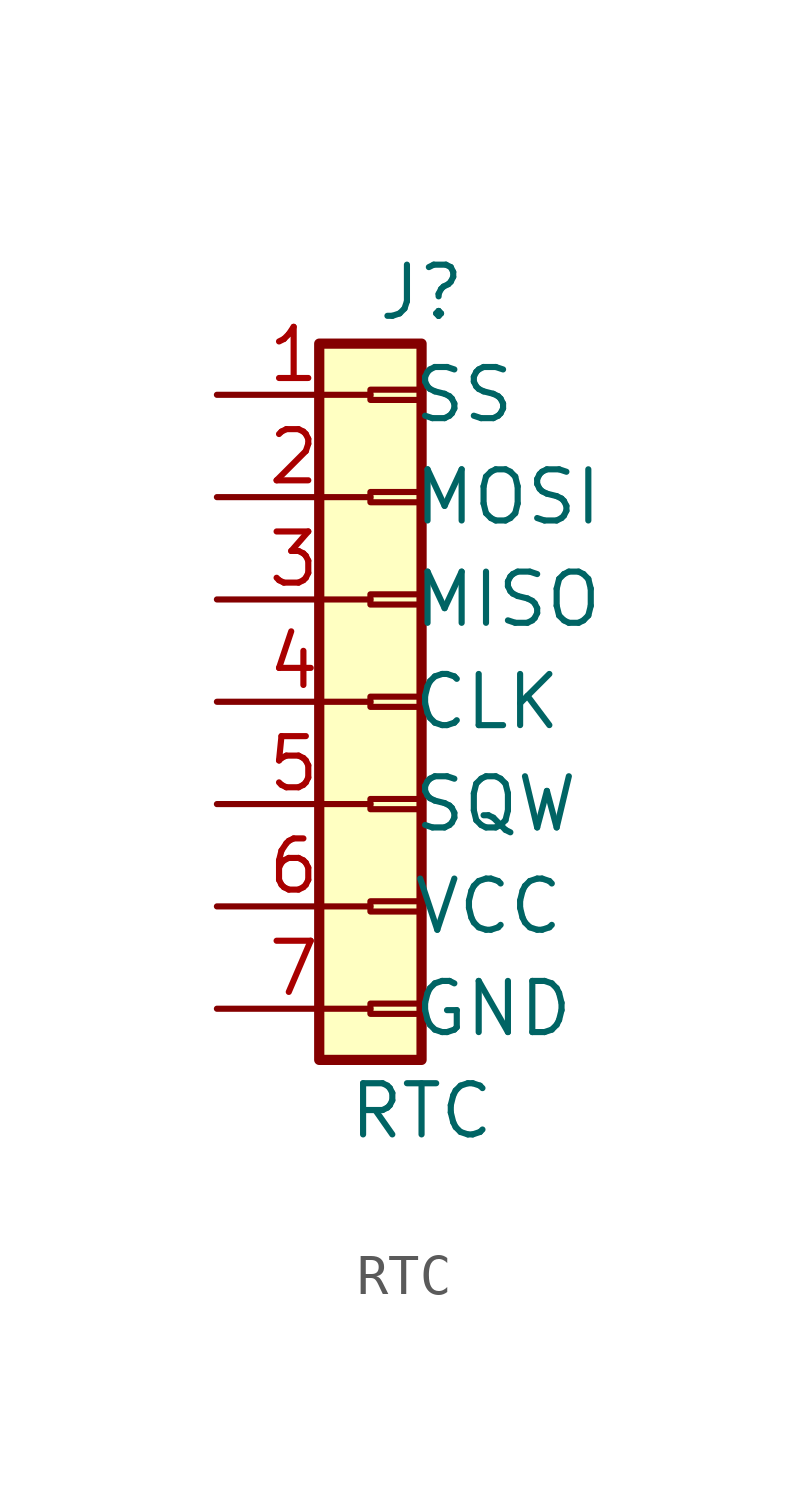
<source format=kicad_sym>
(kicad_symbol_lib
  (version 20211014)
  (generator kicad_symbol_editor)
  (symbol "RTC"
    (pin_names
      (offset 1.016))
    (property "Reference" "J"
      (at 0 10.16 0)
      (effects (font (size 1.27 1.27))))
    (property "Value" "RTC"
      (at 0 -10.16 0)
      (effects (font (size 1.27 1.27))))
    (symbol "RTC_1_1"
      (rectangle (start -2.54 8.89) (end 0 -8.89) (stroke (width 0.254) (type default) (color 0 0 0 0)) (fill (type background)))
      (rectangle (start -1.27 -7.493) (end 0 -7.747) (stroke (width 0.152) (type default) (color 0 0 0 0)) (fill (type none)))
      (rectangle (start -1.27 -4.953) (end 0 -5.207) (stroke (width 0.152) (type default) (color 0 0 0 0)) (fill (type none)))
      (rectangle (start -1.27 -2.413) (end 0 -2.667) (stroke (width 0.152) (type default) (color 0 0 0 0)) (fill (type none)))
      (rectangle (start -1.27 0.127) (end 0 -0.127) (stroke (width 0.152) (type default) (color 0 0 0 0)) (fill (type none)))
      (rectangle (start -1.27 2.667) (end 0 2.413) (stroke (width 0.152) (type default) (color 0 0 0 0)) (fill (type none)))
      (rectangle (start -1.27 5.207) (end 0 4.953) (stroke (width 0.152) (type default) (color 0 0 0 0)) (fill (type none)))
      (rectangle (start -1.27 7.747) (end 0 7.493) (stroke (width 0.152) (type default) (color 0 0 0 0)) (fill (type none)))
      (pin passive line (at -5.08 7.62 0) (length 3.81) (name "SS" (effects (font (size 1.27 1.27)))) (number "1" (effects (font (size 1.27 1.27)))))
      (pin passive line (at -5.08 5.08 0) (length 3.81) (name "MOSI" (effects (font (size 1.27 1.27)))) (number "2" (effects (font (size 1.27 1.27)))))
      (pin passive line (at -5.08 2.54 0) (length 3.81) (name "MISO" (effects (font (size 1.27 1.27)))) (number "3" (effects (font (size 1.27 1.27)))))
      (pin passive line (at -5.08 0 0) (length 3.81) (name "CLK" (effects (font (size 1.27 1.27)))) (number "4" (effects (font (size 1.27 1.27)))))
      (pin passive line (at -5.08 -2.54 0) (length 3.81) (name "SQW" (effects (font (size 1.27 1.27)))) (number "5" (effects (font (size 1.27 1.27)))))
      (pin passive line (at -5.08 -5.08 0) (length 3.81) (name "VCC" (effects (font (size 1.27 1.27)))) (number "6" (effects (font (size 1.27 1.27)))))
      (pin passive line (at -5.08 -7.62 0) (length 3.81) (name "GND" (effects (font (size 1.27 1.27)))) (number "7" (effects (font (size 1.27 1.27))))))))
</source>
